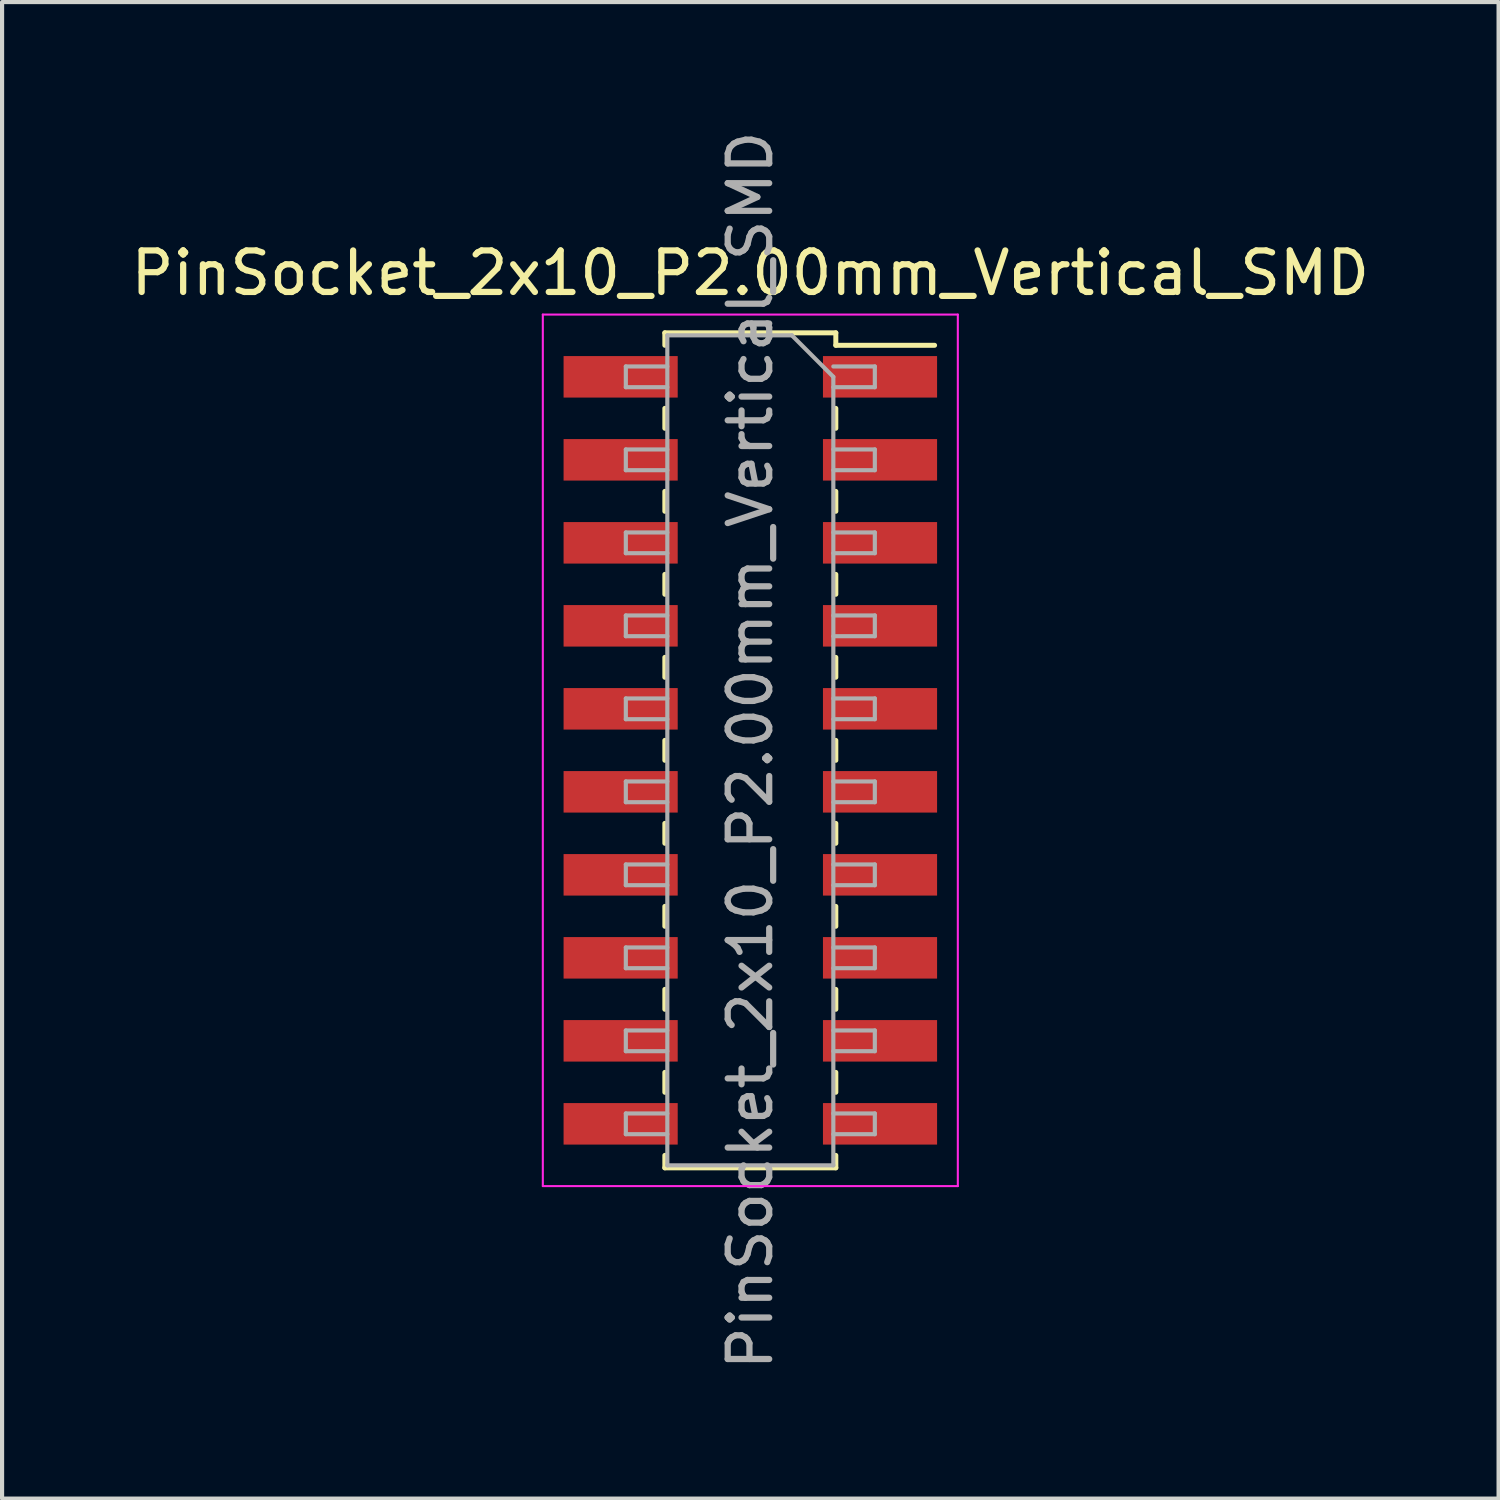
<source format=kicad_pcb>
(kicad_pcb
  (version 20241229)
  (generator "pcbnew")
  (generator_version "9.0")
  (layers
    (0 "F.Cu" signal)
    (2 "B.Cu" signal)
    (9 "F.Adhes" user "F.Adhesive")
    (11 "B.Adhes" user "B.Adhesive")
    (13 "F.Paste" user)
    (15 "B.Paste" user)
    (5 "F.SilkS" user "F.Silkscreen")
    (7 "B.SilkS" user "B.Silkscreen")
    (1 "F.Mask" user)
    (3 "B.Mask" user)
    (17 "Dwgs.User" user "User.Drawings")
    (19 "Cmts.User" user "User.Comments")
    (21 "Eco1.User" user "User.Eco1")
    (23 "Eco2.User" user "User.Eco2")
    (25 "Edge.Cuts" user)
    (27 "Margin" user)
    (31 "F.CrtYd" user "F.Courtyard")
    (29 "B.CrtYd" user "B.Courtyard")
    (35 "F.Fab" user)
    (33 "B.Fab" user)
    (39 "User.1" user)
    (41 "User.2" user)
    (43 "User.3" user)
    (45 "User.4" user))
  (footprint "PinSocket_2x10_P2.00mm_Vertical_SMD"
    (layer "F.Cu")
    (at 15.03 15.03)
    (property "Reference" "PinSocket_2x10_P2.00mm_Vertical_SMD" (at 0 -11.5 0) (layer "F.SilkS") (effects (font (size 1 1) (thickness 0.15))))
    (attr smd)
    (fp_line (start -2.06 -10.06) (end -2.06 -9.76) (stroke (width 0.12) (type solid)) (layer "F.SilkS"))
    (fp_line (start -2.06 -10.06) (end 2.06 -10.06) (stroke (width 0.12) (type solid)) (layer "F.SilkS"))
    (fp_line (start -2.06 -8.24) (end -2.06 -7.76) (stroke (width 0.12) (type solid)) (layer "F.SilkS"))
    (fp_line (start -2.06 -6.24) (end -2.06 -5.76) (stroke (width 0.12) (type solid)) (layer "F.SilkS"))
    (fp_line (start -2.06 -4.24) (end -2.06 -3.76) (stroke (width 0.12) (type solid)) (layer "F.SilkS"))
    (fp_line (start -2.06 -2.24) (end -2.06 -1.76) (stroke (width 0.12) (type solid)) (layer "F.SilkS"))
    (fp_line (start -2.06 -0.24) (end -2.06 0.24) (stroke (width 0.12) (type solid)) (layer "F.SilkS"))
    (fp_line (start -2.06 1.76) (end -2.06 2.24) (stroke (width 0.12) (type solid)) (layer "F.SilkS"))
    (fp_line (start -2.06 3.76) (end -2.06 4.24) (stroke (width 0.12) (type solid)) (layer "F.SilkS"))
    (fp_line (start -2.06 5.76) (end -2.06 6.24) (stroke (width 0.12) (type solid)) (layer "F.SilkS"))
    (fp_line (start -2.06 7.76) (end -2.06 8.24) (stroke (width 0.12) (type solid)) (layer "F.SilkS"))
    (fp_line (start -2.06 9.76) (end -2.06 10.06) (stroke (width 0.12) (type solid)) (layer "F.SilkS"))
    (fp_line (start -2.06 10.06) (end 2.06 10.06) (stroke (width 0.12) (type solid)) (layer "F.SilkS"))
    (fp_line (start 2.06 -10.06) (end 2.06 -9.76) (stroke (width 0.12) (type solid)) (layer "F.SilkS"))
    (fp_line (start 2.06 -9.76) (end 4.44 -9.76) (stroke (width 0.12) (type solid)) (layer "F.SilkS"))
    (fp_line (start 2.06 -8.24) (end 2.06 -7.76) (stroke (width 0.12) (type solid)) (layer "F.SilkS"))
    (fp_line (start 2.06 -6.24) (end 2.06 -5.76) (stroke (width 0.12) (type solid)) (layer "F.SilkS"))
    (fp_line (start 2.06 -4.24) (end 2.06 -3.76) (stroke (width 0.12) (type solid)) (layer "F.SilkS"))
    (fp_line (start 2.06 -2.24) (end 2.06 -1.76) (stroke (width 0.12) (type solid)) (layer "F.SilkS"))
    (fp_line (start 2.06 -0.24) (end 2.06 0.24) (stroke (width 0.12) (type solid)) (layer "F.SilkS"))
    (fp_line (start 2.06 1.76) (end 2.06 2.24) (stroke (width 0.12) (type solid)) (layer "F.SilkS"))
    (fp_line (start 2.06 3.76) (end 2.06 4.24) (stroke (width 0.12) (type solid)) (layer "F.SilkS"))
    (fp_line (start 2.06 5.76) (end 2.06 6.24) (stroke (width 0.12) (type solid)) (layer "F.SilkS"))
    (fp_line (start 2.06 7.76) (end 2.06 8.24) (stroke (width 0.12) (type solid)) (layer "F.SilkS"))
    (fp_line (start 2.06 9.76) (end 2.06 10.06) (stroke (width 0.12) (type solid)) (layer "F.SilkS"))
    (fp_line (start -5 -10.5) (end 5 -10.5) (stroke (width 0.05) (type solid)) (layer "F.CrtYd"))
    (fp_line (start -5 10.5) (end -5 -10.5) (stroke (width 0.05) (type solid)) (layer "F.CrtYd"))
    (fp_line (start 5 -10.5) (end 5 10.5) (stroke (width 0.05) (type solid)) (layer "F.CrtYd"))
    (fp_line (start 5 10.5) (end -5 10.5) (stroke (width 0.05) (type solid)) (layer "F.CrtYd"))
    (fp_line (start -3 -9.25) (end -2 -9.25) (stroke (width 0.1) (type solid)) (layer "F.Fab"))
    (fp_line (start -3 -8.75) (end -3 -9.25) (stroke (width 0.1) (type solid)) (layer "F.Fab"))
    (fp_line (start -3 -7.25) (end -2 -7.25) (stroke (width 0.1) (type solid)) (layer "F.Fab"))
    (fp_line (start -3 -6.75) (end -3 -7.25) (stroke (width 0.1) (type solid)) (layer "F.Fab"))
    (fp_line (start -3 -5.25) (end -2 -5.25) (stroke (width 0.1) (type solid)) (layer "F.Fab"))
    (fp_line (start -3 -4.75) (end -3 -5.25) (stroke (width 0.1) (type solid)) (layer "F.Fab"))
    (fp_line (start -3 -3.25) (end -2 -3.25) (stroke (width 0.1) (type solid)) (layer "F.Fab"))
    (fp_line (start -3 -2.75) (end -3 -3.25) (stroke (width 0.1) (type solid)) (layer "F.Fab"))
    (fp_line (start -3 -1.25) (end -2 -1.25) (stroke (width 0.1) (type solid)) (layer "F.Fab"))
    (fp_line (start -3 -0.75) (end -3 -1.25) (stroke (width 0.1) (type solid)) (layer "F.Fab"))
    (fp_line (start -3 0.75) (end -2 0.75) (stroke (width 0.1) (type solid)) (layer "F.Fab"))
    (fp_line (start -3 1.25) (end -3 0.75) (stroke (width 0.1) (type solid)) (layer "F.Fab"))
    (fp_line (start -3 2.75) (end -2 2.75) (stroke (width 0.1) (type solid)) (layer "F.Fab"))
    (fp_line (start -3 3.25) (end -3 2.75) (stroke (width 0.1) (type solid)) (layer "F.Fab"))
    (fp_line (start -3 4.75) (end -2 4.75) (stroke (width 0.1) (type solid)) (layer "F.Fab"))
    (fp_line (start -3 5.25) (end -3 4.75) (stroke (width 0.1) (type solid)) (layer "F.Fab"))
    (fp_line (start -3 6.75) (end -2 6.75) (stroke (width 0.1) (type solid)) (layer "F.Fab"))
    (fp_line (start -3 7.25) (end -3 6.75) (stroke (width 0.1) (type solid)) (layer "F.Fab"))
    (fp_line (start -3 8.75) (end -2 8.75) (stroke (width 0.1) (type solid)) (layer "F.Fab"))
    (fp_line (start -3 9.25) (end -3 8.75) (stroke (width 0.1) (type solid)) (layer "F.Fab"))
    (fp_line (start -2 -10) (end 1 -10) (stroke (width 0.1) (type solid)) (layer "F.Fab"))
    (fp_line (start -2 -8.75) (end -3 -8.75) (stroke (width 0.1) (type solid)) (layer "F.Fab"))
    (fp_line (start -2 -6.75) (end -3 -6.75) (stroke (width 0.1) (type solid)) (layer "F.Fab"))
    (fp_line (start -2 -4.75) (end -3 -4.75) (stroke (width 0.1) (type solid)) (layer "F.Fab"))
    (fp_line (start -2 -2.75) (end -3 -2.75) (stroke (width 0.1) (type solid)) (layer "F.Fab"))
    (fp_line (start -2 -0.75) (end -3 -0.75) (stroke (width 0.1) (type solid)) (layer "F.Fab"))
    (fp_line (start -2 1.25) (end -3 1.25) (stroke (width 0.1) (type solid)) (layer "F.Fab"))
    (fp_line (start -2 3.25) (end -3 3.25) (stroke (width 0.1) (type solid)) (layer "F.Fab"))
    (fp_line (start -2 5.25) (end -3 5.25) (stroke (width 0.1) (type solid)) (layer "F.Fab"))
    (fp_line (start -2 7.25) (end -3 7.25) (stroke (width 0.1) (type solid)) (layer "F.Fab"))
    (fp_line (start -2 9.25) (end -3 9.25) (stroke (width 0.1) (type solid)) (layer "F.Fab"))
    (fp_line (start -2 10) (end -2 -10) (stroke (width 0.1) (type solid)) (layer "F.Fab"))
    (fp_line (start 1 -10) (end 2 -9) (stroke (width 0.1) (type solid)) (layer "F.Fab"))
    (fp_line (start 2 -9.25) (end 3 -9.25) (stroke (width 0.1) (type solid)) (layer "F.Fab"))
    (fp_line (start 2 -9) (end 2 10) (stroke (width 0.1) (type solid)) (layer "F.Fab"))
    (fp_line (start 2 -7.25) (end 3 -7.25) (stroke (width 0.1) (type solid)) (layer "F.Fab"))
    (fp_line (start 2 -5.25) (end 3 -5.25) (stroke (width 0.1) (type solid)) (layer "F.Fab"))
    (fp_line (start 2 -3.25) (end 3 -3.25) (stroke (width 0.1) (type solid)) (layer "F.Fab"))
    (fp_line (start 2 -1.25) (end 3 -1.25) (stroke (width 0.1) (type solid)) (layer "F.Fab"))
    (fp_line (start 2 0.75) (end 3 0.75) (stroke (width 0.1) (type solid)) (layer "F.Fab"))
    (fp_line (start 2 2.75) (end 3 2.75) (stroke (width 0.1) (type solid)) (layer "F.Fab"))
    (fp_line (start 2 4.75) (end 3 4.75) (stroke (width 0.1) (type solid)) (layer "F.Fab"))
    (fp_line (start 2 6.75) (end 3 6.75) (stroke (width 0.1) (type solid)) (layer "F.Fab"))
    (fp_line (start 2 8.75) (end 3 8.75) (stroke (width 0.1) (type solid)) (layer "F.Fab"))
    (fp_line (start 2 10) (end -2 10) (stroke (width 0.1) (type solid)) (layer "F.Fab"))
    (fp_line (start 3 -9.25) (end 3 -8.75) (stroke (width 0.1) (type solid)) (layer "F.Fab"))
    (fp_line (start 3 -8.75) (end 2 -8.75) (stroke (width 0.1) (type solid)) (layer "F.Fab"))
    (fp_line (start 3 -7.25) (end 3 -6.75) (stroke (width 0.1) (type solid)) (layer "F.Fab"))
    (fp_line (start 3 -6.75) (end 2 -6.75) (stroke (width 0.1) (type solid)) (layer "F.Fab"))
    (fp_line (start 3 -5.25) (end 3 -4.75) (stroke (width 0.1) (type solid)) (layer "F.Fab"))
    (fp_line (start 3 -4.75) (end 2 -4.75) (stroke (width 0.1) (type solid)) (layer "F.Fab"))
    (fp_line (start 3 -3.25) (end 3 -2.75) (stroke (width 0.1) (type solid)) (layer "F.Fab"))
    (fp_line (start 3 -2.75) (end 2 -2.75) (stroke (width 0.1) (type solid)) (layer "F.Fab"))
    (fp_line (start 3 -1.25) (end 3 -0.75) (stroke (width 0.1) (type solid)) (layer "F.Fab"))
    (fp_line (start 3 -0.75) (end 2 -0.75) (stroke (width 0.1) (type solid)) (layer "F.Fab"))
    (fp_line (start 3 0.75) (end 3 1.25) (stroke (width 0.1) (type solid)) (layer "F.Fab"))
    (fp_line (start 3 1.25) (end 2 1.25) (stroke (width 0.1) (type solid)) (layer "F.Fab"))
    (fp_line (start 3 2.75) (end 3 3.25) (stroke (width 0.1) (type solid)) (layer "F.Fab"))
    (fp_line (start 3 3.25) (end 2 3.25) (stroke (width 0.1) (type solid)) (layer "F.Fab"))
    (fp_line (start 3 4.75) (end 3 5.25) (stroke (width 0.1) (type solid)) (layer "F.Fab"))
    (fp_line (start 3 5.25) (end 2 5.25) (stroke (width 0.1) (type solid)) (layer "F.Fab"))
    (fp_line (start 3 6.75) (end 3 7.25) (stroke (width 0.1) (type solid)) (layer "F.Fab"))
    (fp_line (start 3 7.25) (end 2 7.25) (stroke (width 0.1) (type solid)) (layer "F.Fab"))
    (fp_line (start 3 8.75) (end 3 9.25) (stroke (width 0.1) (type solid)) (layer "F.Fab"))
    (fp_line (start 3 9.25) (end 2 9.25) (stroke (width 0.1) (type solid)) (layer "F.Fab"))
    (fp_text user "${REFERENCE}" (at 0 0 90) (layer "F.Fab") (effects (font (size 1 1) (thickness 0.15))))
    (pad "1" smd rect (at 3.125 -9) (size 2.75 1) (layers "F.Cu" "F.Mask" "F.Paste"))
    (pad "2" smd rect (at -3.125 -9) (size 2.75 1) (layers "F.Cu" "F.Mask" "F.Paste"))
    (pad "3" smd rect (at 3.125 -7) (size 2.75 1) (layers "F.Cu" "F.Mask" "F.Paste"))
    (pad "4" smd rect (at -3.125 -7) (size 2.75 1) (layers "F.Cu" "F.Mask" "F.Paste"))
    (pad "5" smd rect (at 3.125 -5) (size 2.75 1) (layers "F.Cu" "F.Mask" "F.Paste"))
    (pad "6" smd rect (at -3.125 -5) (size 2.75 1) (layers "F.Cu" "F.Mask" "F.Paste"))
    (pad "7" smd rect (at 3.125 -3) (size 2.75 1) (layers "F.Cu" "F.Mask" "F.Paste"))
    (pad "8" smd rect (at -3.125 -3) (size 2.75 1) (layers "F.Cu" "F.Mask" "F.Paste"))
    (pad "9" smd rect (at 3.125 -1) (size 2.75 1) (layers "F.Cu" "F.Mask" "F.Paste"))
    (pad "10" smd rect (at -3.125 -1) (size 2.75 1) (layers "F.Cu" "F.Mask" "F.Paste"))
    (pad "11" smd rect (at 3.125 1) (size 2.75 1) (layers "F.Cu" "F.Mask" "F.Paste"))
    (pad "12" smd rect (at -3.125 1) (size 2.75 1) (layers "F.Cu" "F.Mask" "F.Paste"))
    (pad "13" smd rect (at 3.125 3) (size 2.75 1) (layers "F.Cu" "F.Mask" "F.Paste"))
    (pad "14" smd rect (at -3.125 3) (size 2.75 1) (layers "F.Cu" "F.Mask" "F.Paste"))
    (pad "15" smd rect (at 3.125 5) (size 2.75 1) (layers "F.Cu" "F.Mask" "F.Paste"))
    (pad "16" smd rect (at -3.125 5) (size 2.75 1) (layers "F.Cu" "F.Mask" "F.Paste"))
    (pad "17" smd rect (at 3.125 7) (size 2.75 1) (layers "F.Cu" "F.Mask" "F.Paste"))
    (pad "18" smd rect (at -3.125 7) (size 2.75 1) (layers "F.Cu" "F.Mask" "F.Paste"))
    (pad "19" smd rect (at 3.125 9) (size 2.75 1) (layers "F.Cu" "F.Mask" "F.Paste"))
    (pad "20" smd rect (at -3.125 9) (size 2.75 1) (layers "F.Cu" "F.Mask" "F.Paste")))
  (gr_rect
    (start -3 -3)
    (end 33.06 33.06)
    (stroke (width 0.1) (type default))
    (fill no)
    (layer "Edge.Cuts")))
</source>
